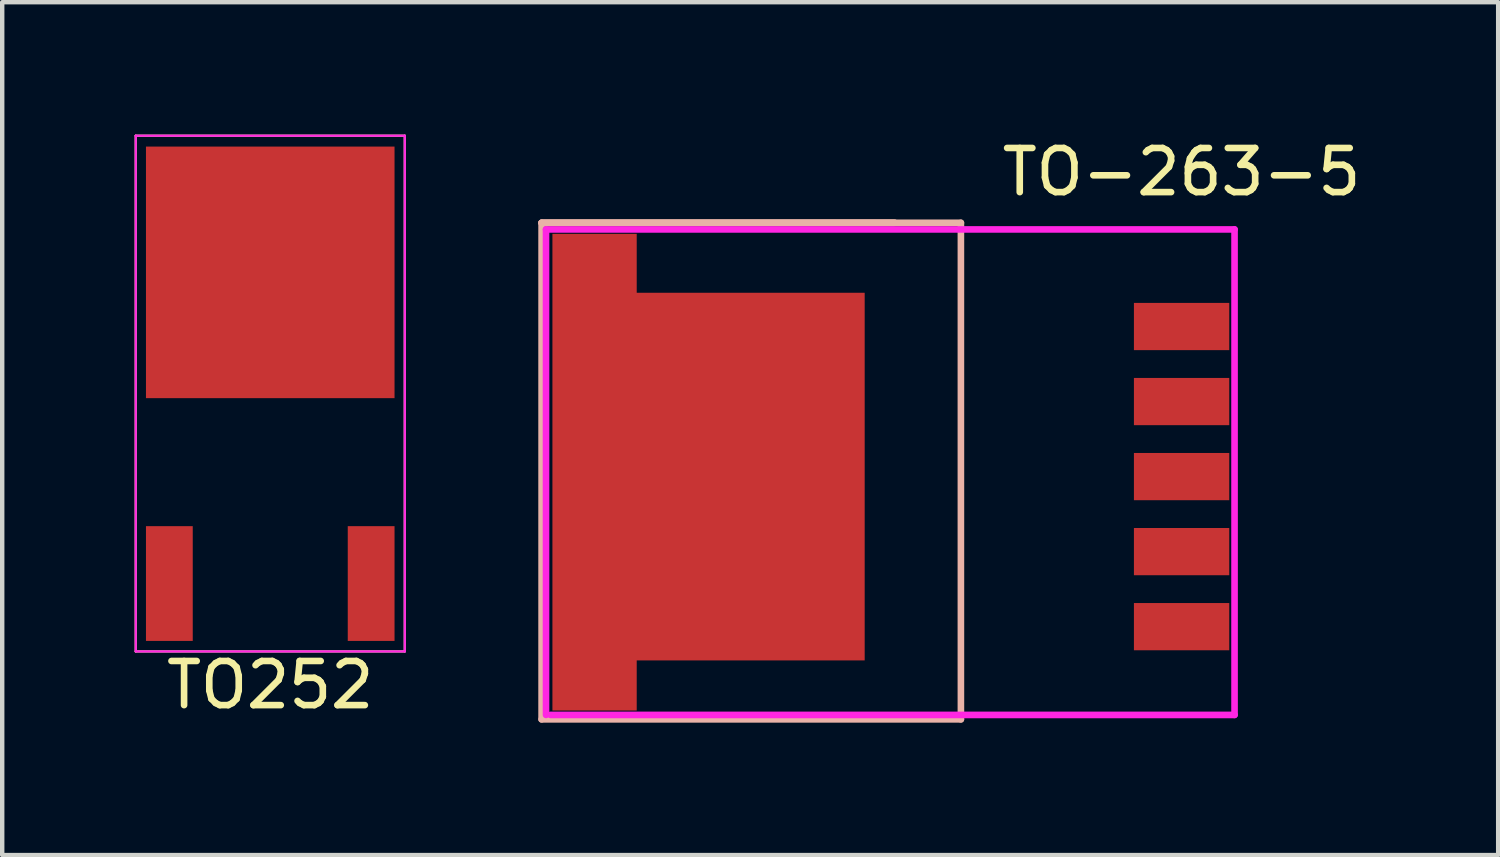
<source format=kicad_pcb>
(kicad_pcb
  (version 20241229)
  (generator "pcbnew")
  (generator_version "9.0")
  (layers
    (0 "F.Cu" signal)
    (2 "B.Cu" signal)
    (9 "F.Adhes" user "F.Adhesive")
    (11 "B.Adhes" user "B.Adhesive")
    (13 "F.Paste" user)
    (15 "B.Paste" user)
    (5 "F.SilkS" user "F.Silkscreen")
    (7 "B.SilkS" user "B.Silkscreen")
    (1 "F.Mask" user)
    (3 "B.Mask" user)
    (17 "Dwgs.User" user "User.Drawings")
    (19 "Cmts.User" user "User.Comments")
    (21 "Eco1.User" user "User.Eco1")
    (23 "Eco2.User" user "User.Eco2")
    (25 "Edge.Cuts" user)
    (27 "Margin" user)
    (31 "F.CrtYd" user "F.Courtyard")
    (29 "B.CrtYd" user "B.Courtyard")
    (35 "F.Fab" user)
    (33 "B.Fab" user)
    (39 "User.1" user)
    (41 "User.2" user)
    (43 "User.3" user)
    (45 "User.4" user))
  (footprint "TO-263-5"
    (layer "F.Cu")
    (at 23.721 7.748)
    (property "Reference" "TO-263-5" (at 0 -6.9 0) (layer "F.SilkS") (effects (font (size 1 1) (thickness 0.15))))
    (attr smd)
    (fp_line (start -14.5 -5.75) (end -14.5 5.5) (stroke (width 0.15) (type solid)) (layer "B.SilkS"))
    (fp_line (start -14.5 -5.75) (end -6.5 -5.75) (stroke (width 0.15) (type solid)) (layer "B.SilkS"))
    (fp_line (start -14.5 5.5) (end -5 5.5) (stroke (width 0.15) (type solid)) (layer "B.SilkS"))
    (fp_line (start -6.5 -5.75) (end -14.5 -5.75) (stroke (width 0.15) (type solid)) (layer "B.SilkS"))
    (fp_line (start -5 -5.75) (end -14.5 -5.75) (stroke (width 0.15) (type solid)) (layer "B.SilkS"))
    (fp_line (start -5 5.5) (end -5 -5.75) (stroke (width 0.15) (type solid)) (layer "B.SilkS"))
    (fp_line (start -14.4 -5.6) (end -14.4 5.4) (stroke (width 0.15) (type solid)) (layer "F.CrtYd"))
    (fp_line (start -14.4 -5.6) (end 1.2 -5.6) (stroke (width 0.15) (type solid)) (layer "F.CrtYd"))
    (fp_line (start -14.3 5.4) (end 1.2 5.4) (stroke (width 0.15) (type solid)) (layer "F.CrtYd"))
    (fp_line (start 1.2 5.4) (end 1.2 -5.6) (stroke (width 0.15) (type solid)) (layer "F.CrtYd"))
    (pad "1" smd rect (at 0 3.4) (size 2.16 1.07) (layers "F.Cu" "F.Mask" "F.Paste"))
    (pad "2" smd rect (at 0 1.7) (size 2.16 1.07) (layers "F.Cu" "F.Mask" "F.Paste"))
    (pad "3" smd rect (at 0 0) (size 2.16 1.07) (layers "F.Cu" "F.Mask" "F.Paste"))
    (pad "4" smd rect (at 0 -1.7) (size 2.16 1.07) (layers "F.Cu" "F.Mask" "F.Paste"))
    (pad "5" smd rect (at 0 -3.4) (size 2.16 1.07) (layers "F.Cu" "F.Mask" "F.Paste"))
    (pad "6" smd rect (at -13.3 -0.1) (size 1.91 10.8) (layers "F.Cu" "F.Mask" "F.Paste"))
    (pad "6" smd rect (at -10.675 0) (size 6.99 8.33) (layers "F.Cu" "F.Mask" "F.Paste")))
  (footprint "TO252"
    (layer "F.Cu")
    (at 3.073 6.121)
    (property "Reference" "TO252" (at 0 6.35 0) (layer "F.SilkS") (effects (font (size 1 1) (thickness 0.15))))
    (attr through_hole)
    (fp_line (start -3.048 -6.096) (end 3.048 -6.096) (stroke (width 0.05) (type solid)) (layer "F.SilkS"))
    (fp_line (start -3.048 5.588) (end -3.048 -6.096) (stroke (width 0.05) (type solid)) (layer "F.SilkS"))
    (fp_line (start 3.048 -6.096) (end 3.048 5.588) (stroke (width 0.05) (type solid)) (layer "F.SilkS"))
    (fp_line (start 3.048 5.588) (end -3.048 5.588) (stroke (width 0.05) (type solid)) (layer "F.SilkS"))
    (fp_line (start -3.048 -6.096) (end 3.048 -6.096) (stroke (width 0.05) (type solid)) (layer "F.CrtYd"))
    (fp_line (start -3.048 5.588) (end -3.048 -6.096) (stroke (width 0.05) (type solid)) (layer "F.CrtYd"))
    (fp_line (start 3.048 -6.096) (end 3.048 5.588) (stroke (width 0.05) (type solid)) (layer "F.CrtYd"))
    (fp_line (start 3.048 5.588) (end -3.048 5.588) (stroke (width 0.05) (type solid)) (layer "F.CrtYd"))
    (pad "1" smd rect (at -2.286 4.05) (size 1.06 2.6) (layers "F.Cu" "F.Mask" "F.Paste"))
    (pad "2" smd rect (at 2.286 4.05) (size 1.06 2.6) (layers "F.Cu" "F.Mask" "F.Paste"))
    (pad "3" smd rect (at 0 -3) (size 5.632 5.7) (layers "F.Cu" "F.Mask" "F.Paste")))
  (gr_rect
    (start -3 -3)
    (end 30.894 16.323)
    (stroke (width 0.1) (type default))
    (fill no)
    (layer "Edge.Cuts")))
</source>
